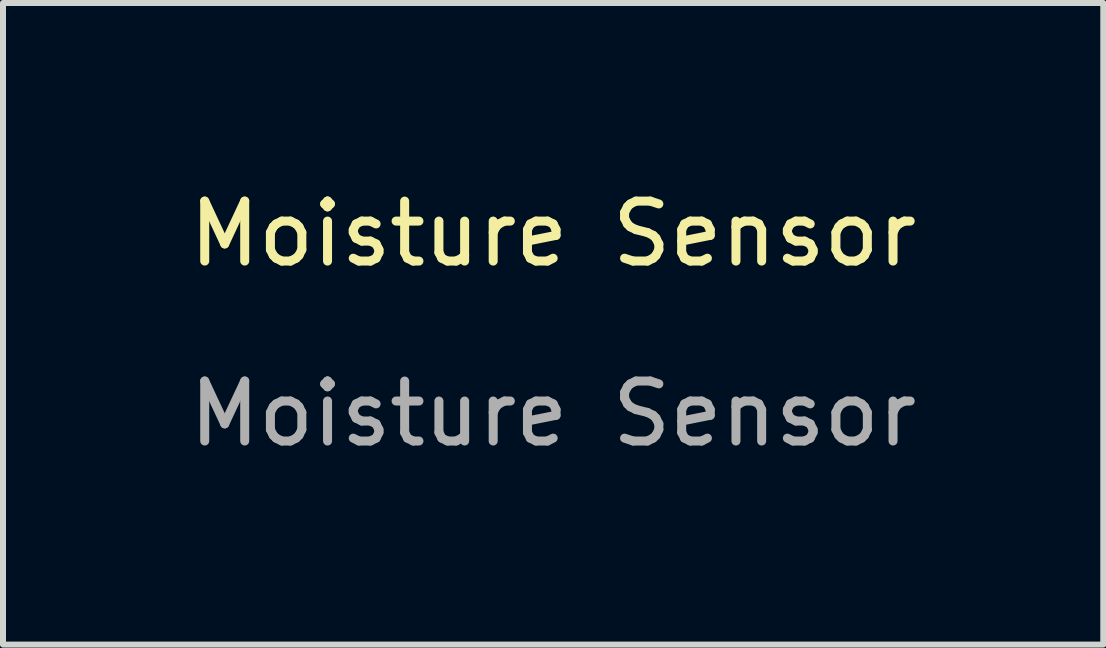
<source format=kicad_pcb>
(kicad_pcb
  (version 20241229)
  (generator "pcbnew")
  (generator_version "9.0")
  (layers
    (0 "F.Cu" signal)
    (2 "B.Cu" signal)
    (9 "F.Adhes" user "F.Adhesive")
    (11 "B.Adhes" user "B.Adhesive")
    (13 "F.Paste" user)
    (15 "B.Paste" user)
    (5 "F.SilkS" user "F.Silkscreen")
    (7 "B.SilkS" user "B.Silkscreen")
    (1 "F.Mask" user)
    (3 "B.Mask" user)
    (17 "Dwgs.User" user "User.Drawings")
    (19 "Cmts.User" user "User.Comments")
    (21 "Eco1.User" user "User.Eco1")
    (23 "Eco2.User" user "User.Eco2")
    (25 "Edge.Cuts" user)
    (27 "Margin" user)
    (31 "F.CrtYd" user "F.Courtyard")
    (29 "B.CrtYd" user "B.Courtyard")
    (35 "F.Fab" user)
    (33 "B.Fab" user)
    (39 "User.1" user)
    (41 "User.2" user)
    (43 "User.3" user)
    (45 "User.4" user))
  (footprint "Moisture Sensor"
    (layer "F.Cu")
    (at 6.173 1.348)
    (property "Reference" "Moisture Sensor" (at 0 -0.5 0) (unlocked yes) (layer "F.SilkS") (effects (font (size 1 1) (thickness 0.15))))
    (attr smd)
    (fp_text user "${REFERENCE}" (at 0 2.5 0) (unlocked yes) (layer "F.Fab") (effects (font (size 1 1) (thickness 0.15)))))
  (gr_rect
    (start -3 -3)
    (end 15.345 7.697)
    (stroke (width 0.1) (type default))
    (fill no)
    (layer "Edge.Cuts")))
</source>
